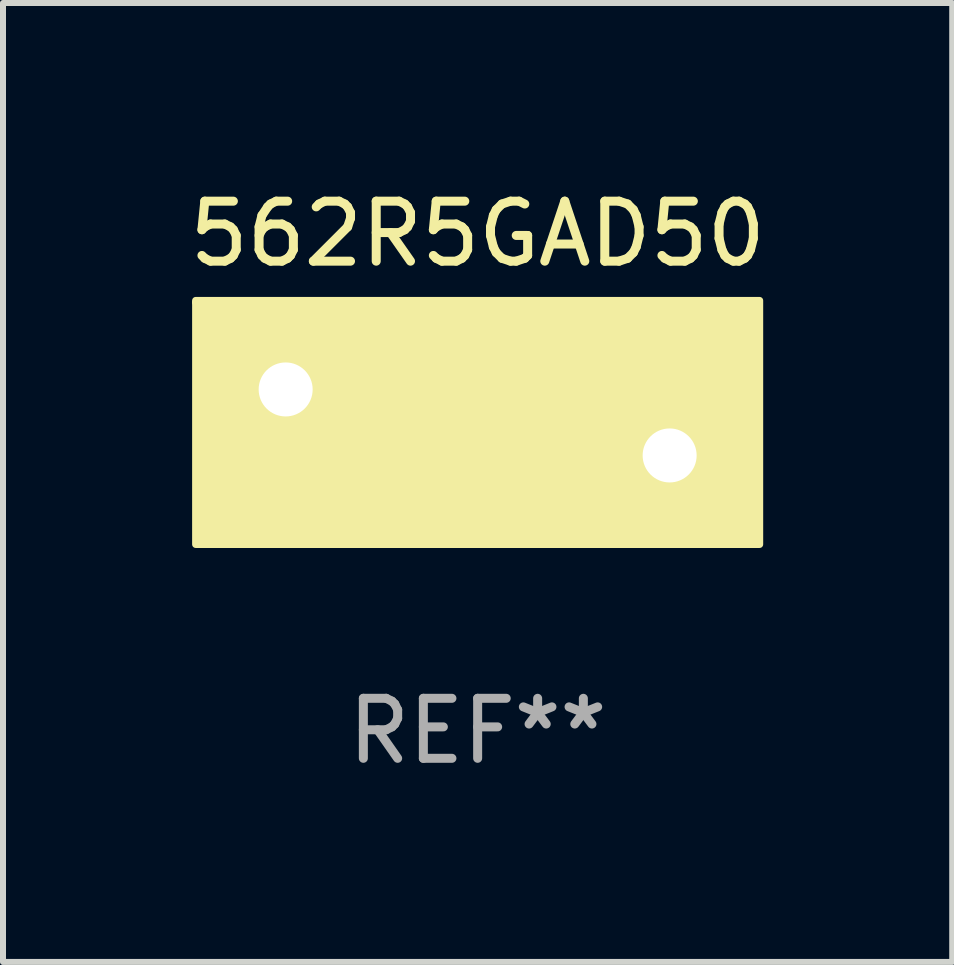
<source format=kicad_pcb>
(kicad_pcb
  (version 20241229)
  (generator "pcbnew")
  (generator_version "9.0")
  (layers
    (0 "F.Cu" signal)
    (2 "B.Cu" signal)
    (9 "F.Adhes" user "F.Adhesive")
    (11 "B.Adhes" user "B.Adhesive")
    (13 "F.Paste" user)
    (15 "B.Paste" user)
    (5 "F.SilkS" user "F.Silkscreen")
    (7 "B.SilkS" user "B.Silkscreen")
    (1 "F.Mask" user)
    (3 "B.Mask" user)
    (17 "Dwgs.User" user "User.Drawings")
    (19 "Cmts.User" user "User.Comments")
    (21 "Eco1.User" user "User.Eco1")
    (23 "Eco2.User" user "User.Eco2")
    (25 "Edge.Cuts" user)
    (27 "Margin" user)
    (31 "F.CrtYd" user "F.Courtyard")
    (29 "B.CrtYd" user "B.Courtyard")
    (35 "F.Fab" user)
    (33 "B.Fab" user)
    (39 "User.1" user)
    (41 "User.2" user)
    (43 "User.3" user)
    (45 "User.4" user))
  (footprint "562R5GAD50"
    (layer "F.Cu")
    (at 4.911 3.991)
    (property "Reference" "562R5GAD50" (at 0 -3.143 0) (layer "F.SilkS") (effects (font (size 1 1) (thickness 0.15))))
    (attr through_hole)
    (fp_line (start -2.286 0) (end -0.381 0) (stroke (width 0.254) (type solid)) (layer "F.SilkS"))
    (fp_line (start -0.381 -1.143) (end -0.381 1.143) (stroke (width 0.254) (type solid)) (layer "F.SilkS"))
    (fp_line (start 0.381 1.143) (end 0.381 -1.143) (stroke (width 0.254) (type solid)) (layer "F.SilkS"))
    (fp_line (start 2.286 0) (end 0.381 0) (stroke (width 0.254) (type solid)) (layer "F.SilkS"))
    (fp_circle (center -4.7 -2) (end -4.67 -2) (stroke (width 0.06) (type solid)) (fill no) (layer "F.SilkS"))
    (fp_poly (pts (xy -4.699 -2.032) (xy 4.699 -2.032) (xy 4.699 2.032) (xy -4.699 2.032)) (stroke (width 0.12) (type solid)) (fill yes) (layer "F.SilkS"))
    (fp_text user "REF**" (at 0 5.143 0) (layer "F.Fab") (effects (font (size 1 1) (thickness 0.15))))
    (pad "1" thru_hole circle (at -3.2 -0.55) (size 1.5 1.5) (drill 0.9) (layers "*.Cu" "*.Mask"))
    (pad "2" thru_hole circle (at 3.2 0.55) (size 1.5 1.5) (drill 0.9) (layers "*.Cu" "*.Mask")))
  (gr_rect
    (start -3 -3)
    (end 12.821 12.983)
    (stroke (width 0.1) (type default))
    (fill no)
    (layer "Edge.Cuts")))
</source>
